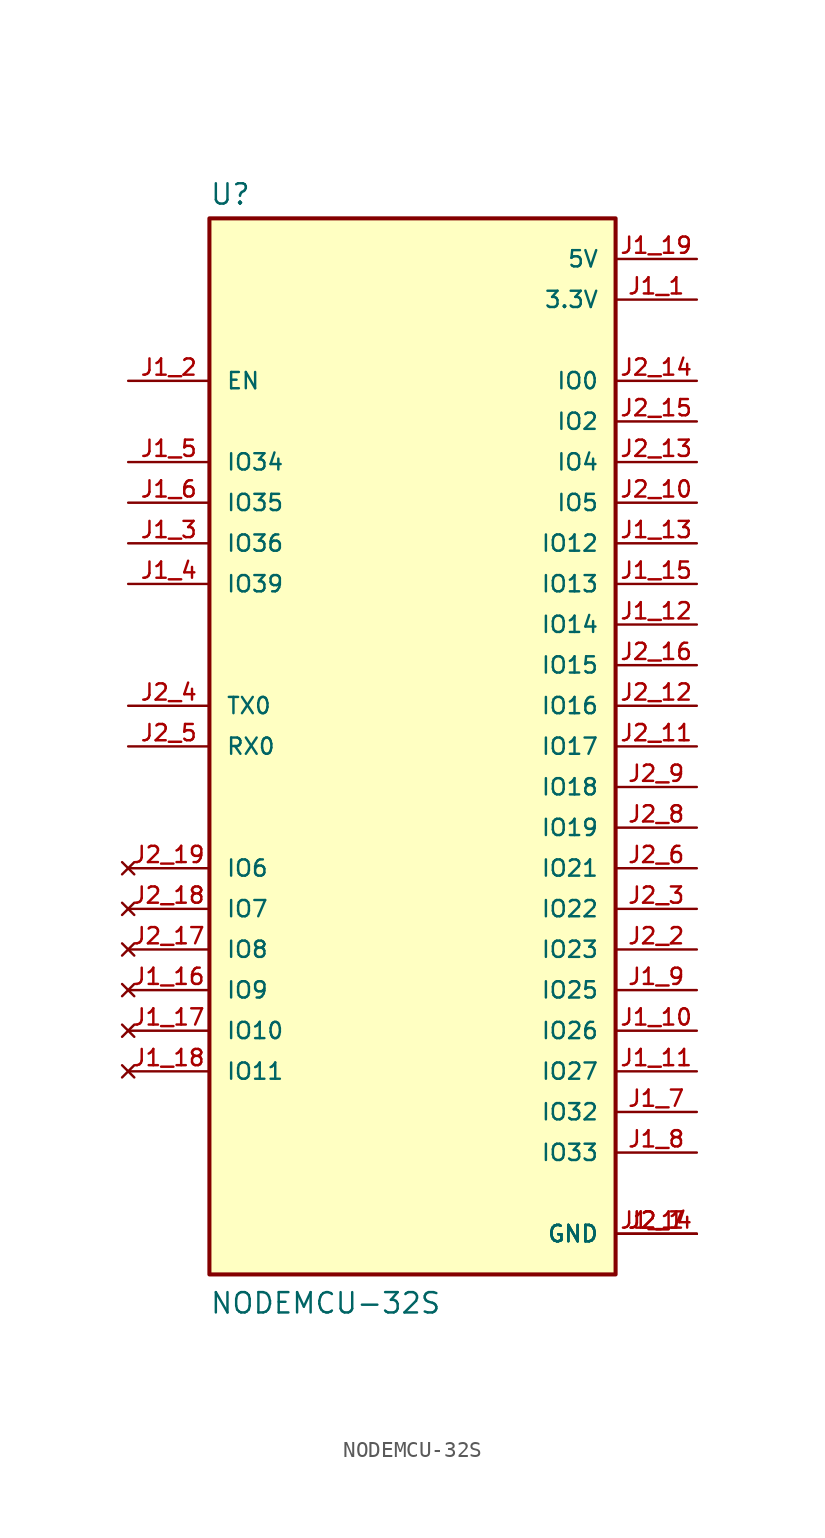
<source format=kicad_sym>
(kicad_symbol_lib
  (version 20211014)
  (generator kicad_symbol_editor)
  (symbol "NODEMCU-32S"
    (pin_names
      (offset 1.016))
    (property "Reference" "U"
      (at -12.7 33.782 0)
      (effects (font (size 1.27 1.27)) (justify bottom left)))
    (property "Value" "NODEMCU-32S"
      (at -12.7 -35.56 0)
      (effects (font (size 1.27 1.27)) (justify bottom left)))
    (symbol "NODEMCU-32S_0_0"
      (rectangle (start -12.7 -33.02) (end 12.7 33.02) (stroke (width 0.254)) (fill (type background)))
      (pin power_in line (at 17.78 27.94 180.0) (length 5.08) (name "3.3V" (effects (font (size 1.016 1.016)))) (number "J1_1" (effects (font (size 1.016 1.016)))))
      (pin input line (at -17.78 22.86 0) (length 5.08) (name "EN" (effects (font (size 1.016 1.016)))) (number "J1_2" (effects (font (size 1.016 1.016)))))
      (pin input line (at -17.78 12.7 0) (length 5.08) (name "IO36" (effects (font (size 1.016 1.016)))) (number "J1_3" (effects (font (size 1.016 1.016)))))
      (pin input line (at -17.78 10.16 0) (length 5.08) (name "IO39" (effects (font (size 1.016 1.016)))) (number "J1_4" (effects (font (size 1.016 1.016)))))
      (pin input line (at -17.78 17.78 0) (length 5.08) (name "IO34" (effects (font (size 1.016 1.016)))) (number "J1_5" (effects (font (size 1.016 1.016)))))
      (pin input line (at -17.78 15.24 0) (length 5.08) (name "IO35" (effects (font (size 1.016 1.016)))) (number "J1_6" (effects (font (size 1.016 1.016)))))
      (pin bidirectional line (at 17.78 -22.86 180.0) (length 5.08) (name "IO32" (effects (font (size 1.016 1.016)))) (number "J1_7" (effects (font (size 1.016 1.016)))))
      (pin bidirectional line (at 17.78 -25.4 180.0) (length 5.08) (name "IO33" (effects (font (size 1.016 1.016)))) (number "J1_8" (effects (font (size 1.016 1.016)))))
      (pin bidirectional line (at 17.78 -15.24 180.0) (length 5.08) (name "IO25" (effects (font (size 1.016 1.016)))) (number "J1_9" (effects (font (size 1.016 1.016)))))
      (pin bidirectional line (at 17.78 -17.78 180.0) (length 5.08) (name "IO26" (effects (font (size 1.016 1.016)))) (number "J1_10" (effects (font (size 1.016 1.016)))))
      (pin bidirectional line (at 17.78 -20.32 180.0) (length 5.08) (name "IO27" (effects (font (size 1.016 1.016)))) (number "J1_11" (effects (font (size 1.016 1.016)))))
      (pin bidirectional line (at 17.78 7.62 180.0) (length 5.08) (name "IO14" (effects (font (size 1.016 1.016)))) (number "J1_12" (effects (font (size 1.016 1.016)))))
      (pin power_in line (at 17.78 -30.48 180.0) (length 5.08) (name "GND" (effects (font (size 1.016 1.016)))) (number "J1_14" (effects (font (size 1.016 1.016)))))
      (pin power_in line (at 17.78 -30.48 180.0) (length 5.08) (name "GND" (effects (font (size 1.016 1.016)))) (number "J2_1" (effects (font (size 1.016 1.016)))))
      (pin power_in line (at 17.78 -30.48 180.0) (length 5.08) (name "GND" (effects (font (size 1.016 1.016)))) (number "J2_7" (effects (font (size 1.016 1.016)))))
      (pin bidirectional line (at 17.78 10.16 180.0) (length 5.08) (name "IO13" (effects (font (size 1.016 1.016)))) (number "J1_15" (effects (font (size 1.016 1.016)))))
      (pin no_connect line (at -17.78 -15.24 0) (length 5.08) (name "IO9" (effects (font (size 1.016 1.016)))) (number "J1_16" (effects (font (size 1.016 1.016)))))
      (pin no_connect line (at -17.78 -17.78 0) (length 5.08) (name "IO10" (effects (font (size 1.016 1.016)))) (number "J1_17" (effects (font (size 1.016 1.016)))))
      (pin no_connect line (at -17.78 -20.32 0) (length 5.08) (name "IO11" (effects (font (size 1.016 1.016)))) (number "J1_18" (effects (font (size 1.016 1.016)))))
      (pin power_in line (at 17.78 30.48 180.0) (length 5.08) (name "5V" (effects (font (size 1.016 1.016)))) (number "J1_19" (effects (font (size 1.016 1.016)))))
      (pin bidirectional line (at 17.78 -12.7 180.0) (length 5.08) (name "IO23" (effects (font (size 1.016 1.016)))) (number "J2_2" (effects (font (size 1.016 1.016)))))
      (pin bidirectional line (at 17.78 -10.16 180.0) (length 5.08) (name "IO22" (effects (font (size 1.016 1.016)))) (number "J2_3" (effects (font (size 1.016 1.016)))))
      (pin bidirectional line (at -17.78 2.54 0) (length 5.08) (name "TX0" (effects (font (size 1.016 1.016)))) (number "J2_4" (effects (font (size 1.016 1.016)))))
      (pin bidirectional line (at -17.78 0.0 0) (length 5.08) (name "RX0" (effects (font (size 1.016 1.016)))) (number "J2_5" (effects (font (size 1.016 1.016)))))
      (pin bidirectional line (at 17.78 -7.62 180.0) (length 5.08) (name "IO21" (effects (font (size 1.016 1.016)))) (number "J2_6" (effects (font (size 1.016 1.016)))))
      (pin bidirectional line (at 17.78 -5.08 180.0) (length 5.08) (name "IO19" (effects (font (size 1.016 1.016)))) (number "J2_8" (effects (font (size 1.016 1.016)))))
      (pin bidirectional line (at 17.78 -2.54 180.0) (length 5.08) (name "IO18" (effects (font (size 1.016 1.016)))) (number "J2_9" (effects (font (size 1.016 1.016)))))
      (pin bidirectional line (at 17.78 15.24 180.0) (length 5.08) (name "IO5" (effects (font (size 1.016 1.016)))) (number "J2_10" (effects (font (size 1.016 1.016)))))
      (pin bidirectional line (at 17.78 0.0 180.0) (length 5.08) (name "IO17" (effects (font (size 1.016 1.016)))) (number "J2_11" (effects (font (size 1.016 1.016)))))
      (pin bidirectional line (at 17.78 2.54 180.0) (length 5.08) (name "IO16" (effects (font (size 1.016 1.016)))) (number "J2_12" (effects (font (size 1.016 1.016)))))
      (pin bidirectional line (at 17.78 17.78 180.0) (length 5.08) (name "IO4" (effects (font (size 1.016 1.016)))) (number "J2_13" (effects (font (size 1.016 1.016)))))
      (pin bidirectional line (at 17.78 22.86 180.0) (length 5.08) (name "IO0" (effects (font (size 1.016 1.016)))) (number "J2_14" (effects (font (size 1.016 1.016)))))
      (pin bidirectional line (at 17.78 20.32 180.0) (length 5.08) (name "IO2" (effects (font (size 1.016 1.016)))) (number "J2_15" (effects (font (size 1.016 1.016)))))
      (pin bidirectional line (at 17.78 5.08 180.0) (length 5.08) (name "IO15" (effects (font (size 1.016 1.016)))) (number "J2_16" (effects (font (size 1.016 1.016)))))
      (pin no_connect line (at -17.78 -12.7 0) (length 5.08) (name "IO8" (effects (font (size 1.016 1.016)))) (number "J2_17" (effects (font (size 1.016 1.016)))))
      (pin no_connect line (at -17.78 -10.16 0) (length 5.08) (name "IO7" (effects (font (size 1.016 1.016)))) (number "J2_18" (effects (font (size 1.016 1.016)))))
      (pin no_connect line (at -17.78 -7.62 0) (length 5.08) (name "IO6" (effects (font (size 1.016 1.016)))) (number "J2_19" (effects (font (size 1.016 1.016)))))
      (pin bidirectional line (at 17.78 12.7 180.0) (length 5.08) (name "IO12" (effects (font (size 1.016 1.016)))) (number "J1_13" (effects (font (size 1.016 1.016))))))))
</source>
